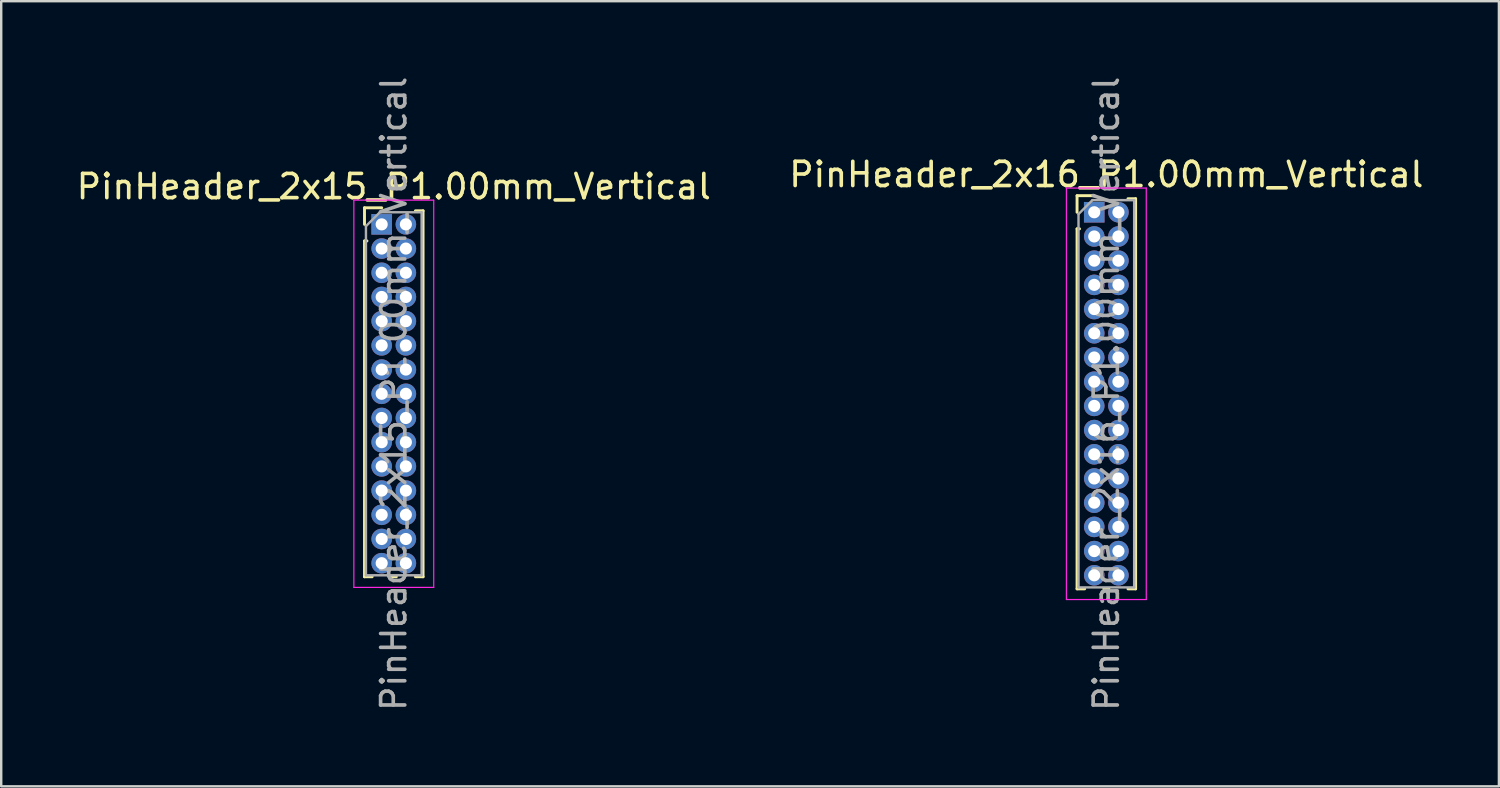
<source format=kicad_pcb>
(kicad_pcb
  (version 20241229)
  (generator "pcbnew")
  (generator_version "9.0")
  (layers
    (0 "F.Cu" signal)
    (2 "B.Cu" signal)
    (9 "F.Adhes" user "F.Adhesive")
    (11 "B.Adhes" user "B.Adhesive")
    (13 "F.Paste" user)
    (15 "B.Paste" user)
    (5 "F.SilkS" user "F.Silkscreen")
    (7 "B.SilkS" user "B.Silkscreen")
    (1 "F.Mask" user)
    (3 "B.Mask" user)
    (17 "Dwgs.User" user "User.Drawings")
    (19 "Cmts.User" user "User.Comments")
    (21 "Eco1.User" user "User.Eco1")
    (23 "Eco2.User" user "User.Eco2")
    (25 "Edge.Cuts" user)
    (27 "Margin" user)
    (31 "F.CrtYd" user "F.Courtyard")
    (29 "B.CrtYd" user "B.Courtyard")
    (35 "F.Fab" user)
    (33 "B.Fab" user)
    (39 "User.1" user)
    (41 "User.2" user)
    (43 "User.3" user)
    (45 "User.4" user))
  (footprint "PinHeader_2x15_P1.00mm_Vertical"
    (layer "F.Cu")
    (at 12.72 6.22)
    (property "Reference" "PinHeader_2x15_P1.00mm_Vertical" (at 0.5 -1.56 0) (layer "F.SilkS") (effects (font (size 1 1) (thickness 0.15))))
    (attr through_hole)
    (fp_line (start -0.71 -0.685) (end 0 -0.685) (stroke (width 0.12) (type solid)) (layer "F.SilkS"))
    (fp_line (start -0.71 0) (end -0.71 -0.685) (stroke (width 0.12) (type solid)) (layer "F.SilkS"))
    (fp_line (start -0.71 0.685) (end -0.71 14.56) (stroke (width 0.12) (type solid)) (layer "F.SilkS"))
    (fp_line (start -0.71 0.685) (end -0.608 0.685) (stroke (width 0.12) (type solid)) (layer "F.SilkS"))
    (fp_line (start -0.71 14.56) (end -0.394 14.56) (stroke (width 0.12) (type solid)) (layer "F.SilkS"))
    (fp_line (start 0.394 14.56) (end 0.606 14.56) (stroke (width 0.12) (type solid)) (layer "F.SilkS"))
    (fp_line (start 1.394 -0.56) (end 1.71 -0.56) (stroke (width 0.12) (type solid)) (layer "F.SilkS"))
    (fp_line (start 1.394 14.56) (end 1.71 14.56) (stroke (width 0.12) (type solid)) (layer "F.SilkS"))
    (fp_line (start 1.71 -0.56) (end 1.71 14.56) (stroke (width 0.12) (type solid)) (layer "F.SilkS"))
    (fp_line (start -1.15 -1) (end -1.15 15) (stroke (width 0.05) (type solid)) (layer "F.CrtYd"))
    (fp_line (start -1.15 15) (end 2.15 15) (stroke (width 0.05) (type solid)) (layer "F.CrtYd"))
    (fp_line (start 2.15 -1) (end -1.15 -1) (stroke (width 0.05) (type solid)) (layer "F.CrtYd"))
    (fp_line (start 2.15 15) (end 2.15 -1) (stroke (width 0.05) (type solid)) (layer "F.CrtYd"))
    (fp_line (start -0.65 0.075) (end -0.075 -0.5) (stroke (width 0.1) (type solid)) (layer "F.Fab"))
    (fp_line (start -0.65 14.5) (end -0.65 0.075) (stroke (width 0.1) (type solid)) (layer "F.Fab"))
    (fp_line (start -0.075 -0.5) (end 1.65 -0.5) (stroke (width 0.1) (type solid)) (layer "F.Fab"))
    (fp_line (start 1.65 -0.5) (end 1.65 14.5) (stroke (width 0.1) (type solid)) (layer "F.Fab"))
    (fp_line (start 1.65 14.5) (end -0.65 14.5) (stroke (width 0.1) (type solid)) (layer "F.Fab"))
    (fp_text user "${REFERENCE}" (at 0.5 7 90) (layer "F.Fab") (effects (font (size 1 1) (thickness 0.15))))
    (pad "1" thru_hole rect (at 0 0) (size 0.85 0.85) (drill 0.5) (layers "*.Cu" "*.Mask"))
    (pad "2" thru_hole oval (at 1 0) (size 0.85 0.85) (drill 0.5) (layers "*.Cu" "*.Mask"))
    (pad "3" thru_hole oval (at 0 1) (size 0.85 0.85) (drill 0.5) (layers "*.Cu" "*.Mask"))
    (pad "4" thru_hole oval (at 1 1) (size 0.85 0.85) (drill 0.5) (layers "*.Cu" "*.Mask"))
    (pad "5" thru_hole oval (at 0 2) (size 0.85 0.85) (drill 0.5) (layers "*.Cu" "*.Mask"))
    (pad "6" thru_hole oval (at 1 2) (size 0.85 0.85) (drill 0.5) (layers "*.Cu" "*.Mask"))
    (pad "7" thru_hole oval (at 0 3) (size 0.85 0.85) (drill 0.5) (layers "*.Cu" "*.Mask"))
    (pad "8" thru_hole oval (at 1 3) (size 0.85 0.85) (drill 0.5) (layers "*.Cu" "*.Mask"))
    (pad "9" thru_hole oval (at 0 4) (size 0.85 0.85) (drill 0.5) (layers "*.Cu" "*.Mask"))
    (pad "10" thru_hole oval (at 1 4) (size 0.85 0.85) (drill 0.5) (layers "*.Cu" "*.Mask"))
    (pad "11" thru_hole oval (at 0 5) (size 0.85 0.85) (drill 0.5) (layers "*.Cu" "*.Mask"))
    (pad "12" thru_hole oval (at 1 5) (size 0.85 0.85) (drill 0.5) (layers "*.Cu" "*.Mask"))
    (pad "13" thru_hole oval (at 0 6) (size 0.85 0.85) (drill 0.5) (layers "*.Cu" "*.Mask"))
    (pad "14" thru_hole oval (at 1 6) (size 0.85 0.85) (drill 0.5) (layers "*.Cu" "*.Mask"))
    (pad "15" thru_hole oval (at 0 7) (size 0.85 0.85) (drill 0.5) (layers "*.Cu" "*.Mask"))
    (pad "16" thru_hole oval (at 1 7) (size 0.85 0.85) (drill 0.5) (layers "*.Cu" "*.Mask"))
    (pad "17" thru_hole oval (at 0 8) (size 0.85 0.85) (drill 0.5) (layers "*.Cu" "*.Mask"))
    (pad "18" thru_hole oval (at 1 8) (size 0.85 0.85) (drill 0.5) (layers "*.Cu" "*.Mask"))
    (pad "19" thru_hole oval (at 0 9) (size 0.85 0.85) (drill 0.5) (layers "*.Cu" "*.Mask"))
    (pad "20" thru_hole oval (at 1 9) (size 0.85 0.85) (drill 0.5) (layers "*.Cu" "*.Mask"))
    (pad "21" thru_hole oval (at 0 10) (size 0.85 0.85) (drill 0.5) (layers "*.Cu" "*.Mask"))
    (pad "22" thru_hole oval (at 1 10) (size 0.85 0.85) (drill 0.5) (layers "*.Cu" "*.Mask"))
    (pad "23" thru_hole oval (at 0 11) (size 0.85 0.85) (drill 0.5) (layers "*.Cu" "*.Mask"))
    (pad "24" thru_hole oval (at 1 11) (size 0.85 0.85) (drill 0.5) (layers "*.Cu" "*.Mask"))
    (pad "25" thru_hole oval (at 0 12) (size 0.85 0.85) (drill 0.5) (layers "*.Cu" "*.Mask"))
    (pad "26" thru_hole oval (at 1 12) (size 0.85 0.85) (drill 0.5) (layers "*.Cu" "*.Mask"))
    (pad "27" thru_hole oval (at 0 13) (size 0.85 0.85) (drill 0.5) (layers "*.Cu" "*.Mask"))
    (pad "28" thru_hole oval (at 1 13) (size 0.85 0.85) (drill 0.5) (layers "*.Cu" "*.Mask"))
    (pad "29" thru_hole oval (at 0 14) (size 0.85 0.85) (drill 0.5) (layers "*.Cu" "*.Mask"))
    (pad "30" thru_hole oval (at 1 14) (size 0.85 0.85) (drill 0.5) (layers "*.Cu" "*.Mask")))
  (footprint "PinHeader_2x16_P1.00mm_Vertical"
    (layer "F.Cu")
    (at 42.161 5.72)
    (property "Reference" "PinHeader_2x16_P1.00mm_Vertical" (at 0.5 -1.56 0) (layer "F.SilkS") (effects (font (size 1 1) (thickness 0.15))))
    (attr through_hole)
    (fp_line (start -0.71 -0.685) (end 0 -0.685) (stroke (width 0.12) (type solid)) (layer "F.SilkS"))
    (fp_line (start -0.71 0) (end -0.71 -0.685) (stroke (width 0.12) (type solid)) (layer "F.SilkS"))
    (fp_line (start -0.71 0.685) (end -0.71 15.56) (stroke (width 0.12) (type solid)) (layer "F.SilkS"))
    (fp_line (start -0.71 0.685) (end -0.608 0.685) (stroke (width 0.12) (type solid)) (layer "F.SilkS"))
    (fp_line (start -0.71 15.56) (end -0.394 15.56) (stroke (width 0.12) (type solid)) (layer "F.SilkS"))
    (fp_line (start 0.394 15.56) (end 0.606 15.56) (stroke (width 0.12) (type solid)) (layer "F.SilkS"))
    (fp_line (start 1.394 -0.56) (end 1.71 -0.56) (stroke (width 0.12) (type solid)) (layer "F.SilkS"))
    (fp_line (start 1.394 15.56) (end 1.71 15.56) (stroke (width 0.12) (type solid)) (layer "F.SilkS"))
    (fp_line (start 1.71 -0.56) (end 1.71 15.56) (stroke (width 0.12) (type solid)) (layer "F.SilkS"))
    (fp_line (start -1.15 -1) (end -1.15 16) (stroke (width 0.05) (type solid)) (layer "F.CrtYd"))
    (fp_line (start -1.15 16) (end 2.15 16) (stroke (width 0.05) (type solid)) (layer "F.CrtYd"))
    (fp_line (start 2.15 -1) (end -1.15 -1) (stroke (width 0.05) (type solid)) (layer "F.CrtYd"))
    (fp_line (start 2.15 16) (end 2.15 -1) (stroke (width 0.05) (type solid)) (layer "F.CrtYd"))
    (fp_line (start -0.65 0.075) (end -0.075 -0.5) (stroke (width 0.1) (type solid)) (layer "F.Fab"))
    (fp_line (start -0.65 15.5) (end -0.65 0.075) (stroke (width 0.1) (type solid)) (layer "F.Fab"))
    (fp_line (start -0.075 -0.5) (end 1.65 -0.5) (stroke (width 0.1) (type solid)) (layer "F.Fab"))
    (fp_line (start 1.65 -0.5) (end 1.65 15.5) (stroke (width 0.1) (type solid)) (layer "F.Fab"))
    (fp_line (start 1.65 15.5) (end -0.65 15.5) (stroke (width 0.1) (type solid)) (layer "F.Fab"))
    (fp_text user "${REFERENCE}" (at 0.5 7.5 90) (layer "F.Fab") (effects (font (size 1 1) (thickness 0.15))))
    (pad "1" thru_hole rect (at 0 0) (size 0.85 0.85) (drill 0.5) (layers "*.Cu" "*.Mask"))
    (pad "2" thru_hole oval (at 1 0) (size 0.85 0.85) (drill 0.5) (layers "*.Cu" "*.Mask"))
    (pad "3" thru_hole oval (at 0 1) (size 0.85 0.85) (drill 0.5) (layers "*.Cu" "*.Mask"))
    (pad "4" thru_hole oval (at 1 1) (size 0.85 0.85) (drill 0.5) (layers "*.Cu" "*.Mask"))
    (pad "5" thru_hole oval (at 0 2) (size 0.85 0.85) (drill 0.5) (layers "*.Cu" "*.Mask"))
    (pad "6" thru_hole oval (at 1 2) (size 0.85 0.85) (drill 0.5) (layers "*.Cu" "*.Mask"))
    (pad "7" thru_hole oval (at 0 3) (size 0.85 0.85) (drill 0.5) (layers "*.Cu" "*.Mask"))
    (pad "8" thru_hole oval (at 1 3) (size 0.85 0.85) (drill 0.5) (layers "*.Cu" "*.Mask"))
    (pad "9" thru_hole oval (at 0 4) (size 0.85 0.85) (drill 0.5) (layers "*.Cu" "*.Mask"))
    (pad "10" thru_hole oval (at 1 4) (size 0.85 0.85) (drill 0.5) (layers "*.Cu" "*.Mask"))
    (pad "11" thru_hole oval (at 0 5) (size 0.85 0.85) (drill 0.5) (layers "*.Cu" "*.Mask"))
    (pad "12" thru_hole oval (at 1 5) (size 0.85 0.85) (drill 0.5) (layers "*.Cu" "*.Mask"))
    (pad "13" thru_hole oval (at 0 6) (size 0.85 0.85) (drill 0.5) (layers "*.Cu" "*.Mask"))
    (pad "14" thru_hole oval (at 1 6) (size 0.85 0.85) (drill 0.5) (layers "*.Cu" "*.Mask"))
    (pad "15" thru_hole oval (at 0 7) (size 0.85 0.85) (drill 0.5) (layers "*.Cu" "*.Mask"))
    (pad "16" thru_hole oval (at 1 7) (size 0.85 0.85) (drill 0.5) (layers "*.Cu" "*.Mask"))
    (pad "17" thru_hole oval (at 0 8) (size 0.85 0.85) (drill 0.5) (layers "*.Cu" "*.Mask"))
    (pad "18" thru_hole oval (at 1 8) (size 0.85 0.85) (drill 0.5) (layers "*.Cu" "*.Mask"))
    (pad "19" thru_hole oval (at 0 9) (size 0.85 0.85) (drill 0.5) (layers "*.Cu" "*.Mask"))
    (pad "20" thru_hole oval (at 1 9) (size 0.85 0.85) (drill 0.5) (layers "*.Cu" "*.Mask"))
    (pad "21" thru_hole oval (at 0 10) (size 0.85 0.85) (drill 0.5) (layers "*.Cu" "*.Mask"))
    (pad "22" thru_hole oval (at 1 10) (size 0.85 0.85) (drill 0.5) (layers "*.Cu" "*.Mask"))
    (pad "23" thru_hole oval (at 0 11) (size 0.85 0.85) (drill 0.5) (layers "*.Cu" "*.Mask"))
    (pad "24" thru_hole oval (at 1 11) (size 0.85 0.85) (drill 0.5) (layers "*.Cu" "*.Mask"))
    (pad "25" thru_hole oval (at 0 12) (size 0.85 0.85) (drill 0.5) (layers "*.Cu" "*.Mask"))
    (pad "26" thru_hole oval (at 1 12) (size 0.85 0.85) (drill 0.5) (layers "*.Cu" "*.Mask"))
    (pad "27" thru_hole oval (at 0 13) (size 0.85 0.85) (drill 0.5) (layers "*.Cu" "*.Mask"))
    (pad "28" thru_hole oval (at 1 13) (size 0.85 0.85) (drill 0.5) (layers "*.Cu" "*.Mask"))
    (pad "29" thru_hole oval (at 0 14) (size 0.85 0.85) (drill 0.5) (layers "*.Cu" "*.Mask"))
    (pad "30" thru_hole oval (at 1 14) (size 0.85 0.85) (drill 0.5) (layers "*.Cu" "*.Mask"))
    (pad "31" thru_hole oval (at 0 15) (size 0.85 0.85) (drill 0.5) (layers "*.Cu" "*.Mask"))
    (pad "32" thru_hole oval (at 1 15) (size 0.85 0.85) (drill 0.5) (layers "*.Cu" "*.Mask")))
  (gr_rect
    (start -3 -3)
    (end 58.881 29.44)
    (stroke (width 0.1) (type default))
    (fill no)
    (layer "Edge.Cuts")))
</source>
